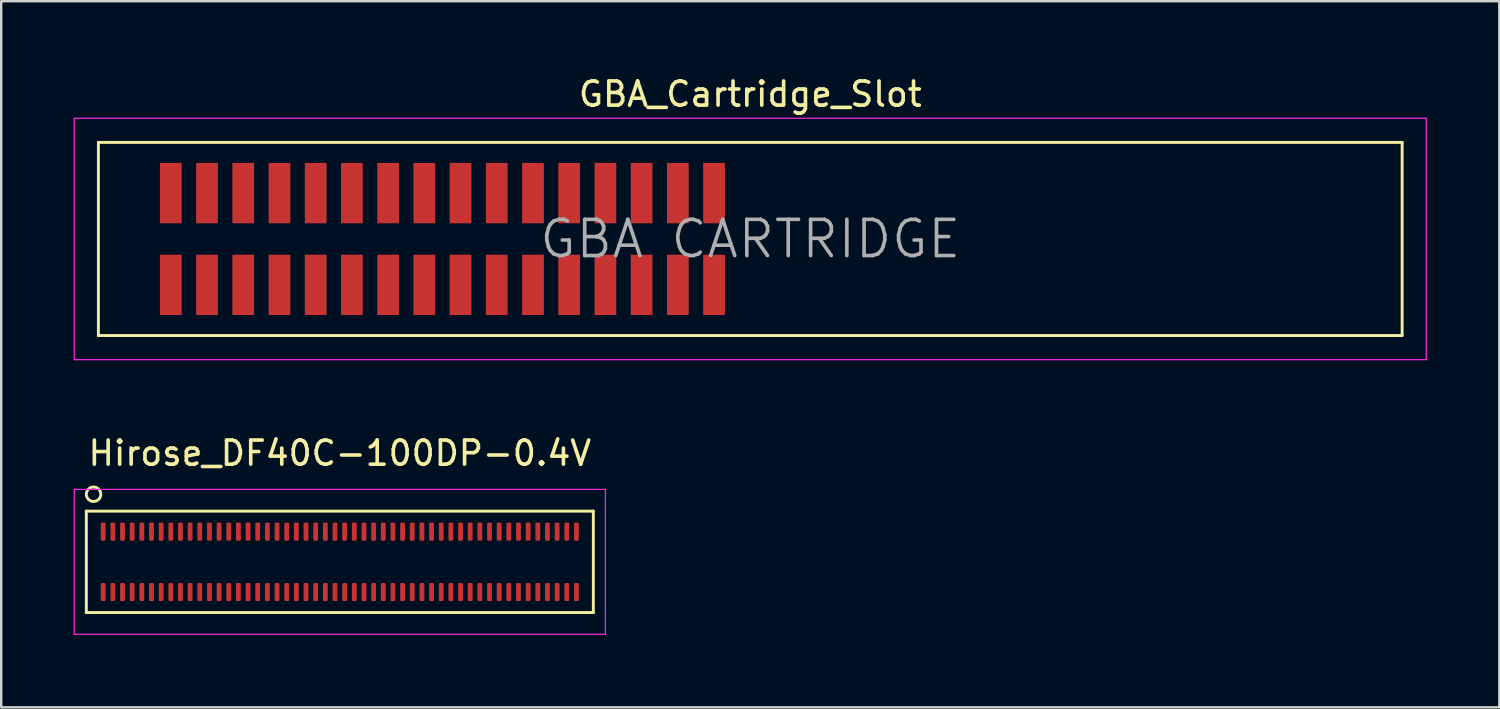
<source format=kicad_pcb>
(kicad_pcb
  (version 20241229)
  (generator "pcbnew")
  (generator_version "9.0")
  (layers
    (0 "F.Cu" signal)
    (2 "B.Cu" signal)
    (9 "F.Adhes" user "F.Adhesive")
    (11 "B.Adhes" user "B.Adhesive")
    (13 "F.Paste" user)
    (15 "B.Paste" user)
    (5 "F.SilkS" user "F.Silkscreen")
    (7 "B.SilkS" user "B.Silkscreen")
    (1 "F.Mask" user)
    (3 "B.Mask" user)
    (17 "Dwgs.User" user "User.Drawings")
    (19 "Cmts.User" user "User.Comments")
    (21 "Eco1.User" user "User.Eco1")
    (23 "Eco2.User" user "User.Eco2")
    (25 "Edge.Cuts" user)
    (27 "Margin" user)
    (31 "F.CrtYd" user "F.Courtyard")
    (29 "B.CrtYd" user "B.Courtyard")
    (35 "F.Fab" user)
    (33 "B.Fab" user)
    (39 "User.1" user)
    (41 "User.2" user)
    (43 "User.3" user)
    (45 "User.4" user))
  (footprint "Hirose_DF40C-100DP-0.4V"
    (layer "F.Cu")
    (at 11.025 20.221)
    (property "Reference" "Hirose_DF40C-100DP-0.4V" (at 0 -4.5 0) (layer "F.SilkS") (effects (font (size 1 1) (thickness 0.15))))
    (attr smd)
    (fp_line (start -10.5 -2.1) (end -10.5 2.1) (stroke (width 0.12) (type solid)) (layer "F.SilkS"))
    (fp_line (start -10.5 -2.1) (end 10.5 -2.1) (stroke (width 0.12) (type solid)) (layer "F.SilkS"))
    (fp_line (start -10.5 2.1) (end 10.5 2.1) (stroke (width 0.12) (type solid)) (layer "F.SilkS"))
    (fp_line (start 10.5 -2.1) (end 10.5 2.1) (stroke (width 0.12) (type solid)) (layer "F.SilkS"))
    (fp_circle (center -10.2 -2.8) (end -9.9 -2.8) (stroke (width 0.12) (type solid)) (fill no) (layer "F.SilkS"))
    (fp_line (start -11 -3) (end -11 3) (stroke (width 0.05) (type solid)) (layer "F.CrtYd"))
    (fp_line (start -11 -3) (end 11 -3) (stroke (width 0.05) (type solid)) (layer "F.CrtYd"))
    (fp_line (start -11 3) (end 11 3) (stroke (width 0.05) (type solid)) (layer "F.CrtYd"))
    (fp_line (start 11 -3) (end 11 3) (stroke (width 0.05) (type solid)) (layer "F.CrtYd"))
    (pad "1" smd roundrect (at -9.8 -1.25) (size 0.2 0.75) (layers "F.Cu" "F.Mask" "F.Paste") (roundrect_rratio 0.25))
    (pad "2" smd roundrect (at -9.8 1.25) (size 0.2 0.75) (layers "F.Cu" "F.Mask" "F.Paste") (roundrect_rratio 0.25))
    (pad "3" smd roundrect (at -9.4 -1.25) (size 0.2 0.75) (layers "F.Cu" "F.Mask" "F.Paste") (roundrect_rratio 0.25))
    (pad "4" smd roundrect (at -9.4 1.25) (size 0.2 0.75) (layers "F.Cu" "F.Mask" "F.Paste") (roundrect_rratio 0.25))
    (pad "5" smd roundrect (at -9 -1.25) (size 0.2 0.75) (layers "F.Cu" "F.Mask" "F.Paste") (roundrect_rratio 0.25))
    (pad "6" smd roundrect (at -9 1.25) (size 0.2 0.75) (layers "F.Cu" "F.Mask" "F.Paste") (roundrect_rratio 0.25))
    (pad "7" smd roundrect (at -8.6 -1.25) (size 0.2 0.75) (layers "F.Cu" "F.Mask" "F.Paste") (roundrect_rratio 0.25))
    (pad "8" smd roundrect (at -8.6 1.25) (size 0.2 0.75) (layers "F.Cu" "F.Mask" "F.Paste") (roundrect_rratio 0.25))
    (pad "9" smd roundrect (at -8.2 -1.25) (size 0.2 0.75) (layers "F.Cu" "F.Mask" "F.Paste") (roundrect_rratio 0.25))
    (pad "10" smd roundrect (at -8.2 1.25) (size 0.2 0.75) (layers "F.Cu" "F.Mask" "F.Paste") (roundrect_rratio 0.25))
    (pad "11" smd roundrect (at -7.8 -1.25) (size 0.2 0.75) (layers "F.Cu" "F.Mask" "F.Paste") (roundrect_rratio 0.25))
    (pad "12" smd roundrect (at -7.8 1.25) (size 0.2 0.75) (layers "F.Cu" "F.Mask" "F.Paste") (roundrect_rratio 0.25))
    (pad "13" smd roundrect (at -7.4 -1.25) (size 0.2 0.75) (layers "F.Cu" "F.Mask" "F.Paste") (roundrect_rratio 0.25))
    (pad "14" smd roundrect (at -7.4 1.25) (size 0.2 0.75) (layers "F.Cu" "F.Mask" "F.Paste") (roundrect_rratio 0.25))
    (pad "15" smd roundrect (at -7 -1.25) (size 0.2 0.75) (layers "F.Cu" "F.Mask" "F.Paste") (roundrect_rratio 0.25))
    (pad "16" smd roundrect (at -7 1.25) (size 0.2 0.75) (layers "F.Cu" "F.Mask" "F.Paste") (roundrect_rratio 0.25))
    (pad "17" smd roundrect (at -6.6 -1.25) (size 0.2 0.75) (layers "F.Cu" "F.Mask" "F.Paste") (roundrect_rratio 0.25))
    (pad "18" smd roundrect (at -6.6 1.25) (size 0.2 0.75) (layers "F.Cu" "F.Mask" "F.Paste") (roundrect_rratio 0.25))
    (pad "19" smd roundrect (at -6.2 -1.25) (size 0.2 0.75) (layers "F.Cu" "F.Mask" "F.Paste") (roundrect_rratio 0.25))
    (pad "20" smd roundrect (at -6.2 1.25) (size 0.2 0.75) (layers "F.Cu" "F.Mask" "F.Paste") (roundrect_rratio 0.25))
    (pad "21" smd roundrect (at -5.8 -1.25) (size 0.2 0.75) (layers "F.Cu" "F.Mask" "F.Paste") (roundrect_rratio 0.25))
    (pad "22" smd roundrect (at -5.8 1.25) (size 0.2 0.75) (layers "F.Cu" "F.Mask" "F.Paste") (roundrect_rratio 0.25))
    (pad "23" smd roundrect (at -5.4 -1.25) (size 0.2 0.75) (layers "F.Cu" "F.Mask" "F.Paste") (roundrect_rratio 0.25))
    (pad "24" smd roundrect (at -5.4 1.25) (size 0.2 0.75) (layers "F.Cu" "F.Mask" "F.Paste") (roundrect_rratio 0.25))
    (pad "25" smd roundrect (at -5 -1.25) (size 0.2 0.75) (layers "F.Cu" "F.Mask" "F.Paste") (roundrect_rratio 0.25))
    (pad "26" smd roundrect (at -5 1.25) (size 0.2 0.75) (layers "F.Cu" "F.Mask" "F.Paste") (roundrect_rratio 0.25))
    (pad "27" smd roundrect (at -4.6 -1.25) (size 0.2 0.75) (layers "F.Cu" "F.Mask" "F.Paste") (roundrect_rratio 0.25))
    (pad "28" smd roundrect (at -4.6 1.25) (size 0.2 0.75) (layers "F.Cu" "F.Mask" "F.Paste") (roundrect_rratio 0.25))
    (pad "29" smd roundrect (at -4.2 -1.25) (size 0.2 0.75) (layers "F.Cu" "F.Mask" "F.Paste") (roundrect_rratio 0.25))
    (pad "30" smd roundrect (at -4.2 1.25) (size 0.2 0.75) (layers "F.Cu" "F.Mask" "F.Paste") (roundrect_rratio 0.25))
    (pad "31" smd roundrect (at -3.8 -1.25) (size 0.2 0.75) (layers "F.Cu" "F.Mask" "F.Paste") (roundrect_rratio 0.25))
    (pad "32" smd roundrect (at -3.8 1.25) (size 0.2 0.75) (layers "F.Cu" "F.Mask" "F.Paste") (roundrect_rratio 0.25))
    (pad "33" smd roundrect (at -3.4 -1.25) (size 0.2 0.75) (layers "F.Cu" "F.Mask" "F.Paste") (roundrect_rratio 0.25))
    (pad "34" smd roundrect (at -3.4 1.25) (size 0.2 0.75) (layers "F.Cu" "F.Mask" "F.Paste") (roundrect_rratio 0.25))
    (pad "35" smd roundrect (at -3 -1.25) (size 0.2 0.75) (layers "F.Cu" "F.Mask" "F.Paste") (roundrect_rratio 0.25))
    (pad "36" smd roundrect (at -3 1.25) (size 0.2 0.75) (layers "F.Cu" "F.Mask" "F.Paste") (roundrect_rratio 0.25))
    (pad "37" smd roundrect (at -2.6 -1.25) (size 0.2 0.75) (layers "F.Cu" "F.Mask" "F.Paste") (roundrect_rratio 0.25))
    (pad "38" smd roundrect (at -2.6 1.25) (size 0.2 0.75) (layers "F.Cu" "F.Mask" "F.Paste") (roundrect_rratio 0.25))
    (pad "39" smd roundrect (at -2.2 -1.25) (size 0.2 0.75) (layers "F.Cu" "F.Mask" "F.Paste") (roundrect_rratio 0.25))
    (pad "40" smd roundrect (at -2.2 1.25) (size 0.2 0.75) (layers "F.Cu" "F.Mask" "F.Paste") (roundrect_rratio 0.25))
    (pad "41" smd roundrect (at -1.8 -1.25) (size 0.2 0.75) (layers "F.Cu" "F.Mask" "F.Paste") (roundrect_rratio 0.25))
    (pad "42" smd roundrect (at -1.8 1.25) (size 0.2 0.75) (layers "F.Cu" "F.Mask" "F.Paste") (roundrect_rratio 0.25))
    (pad "43" smd roundrect (at -1.4 -1.25) (size 0.2 0.75) (layers "F.Cu" "F.Mask" "F.Paste") (roundrect_rratio 0.25))
    (pad "44" smd roundrect (at -1.4 1.25) (size 0.2 0.75) (layers "F.Cu" "F.Mask" "F.Paste") (roundrect_rratio 0.25))
    (pad "45" smd roundrect (at -1 -1.25) (size 0.2 0.75) (layers "F.Cu" "F.Mask" "F.Paste") (roundrect_rratio 0.25))
    (pad "46" smd roundrect (at -1 1.25) (size 0.2 0.75) (layers "F.Cu" "F.Mask" "F.Paste") (roundrect_rratio 0.25))
    (pad "47" smd roundrect (at -0.6 -1.25) (size 0.2 0.75) (layers "F.Cu" "F.Mask" "F.Paste") (roundrect_rratio 0.25))
    (pad "48" smd roundrect (at -0.6 1.25) (size 0.2 0.75) (layers "F.Cu" "F.Mask" "F.Paste") (roundrect_rratio 0.25))
    (pad "49" smd roundrect (at -0.2 -1.25) (size 0.2 0.75) (layers "F.Cu" "F.Mask" "F.Paste") (roundrect_rratio 0.25))
    (pad "50" smd roundrect (at -0.2 1.25) (size 0.2 0.75) (layers "F.Cu" "F.Mask" "F.Paste") (roundrect_rratio 0.25))
    (pad "51" smd roundrect (at 0.2 -1.25) (size 0.2 0.75) (layers "F.Cu" "F.Mask" "F.Paste") (roundrect_rratio 0.25))
    (pad "52" smd roundrect (at 0.2 1.25) (size 0.2 0.75) (layers "F.Cu" "F.Mask" "F.Paste") (roundrect_rratio 0.25))
    (pad "53" smd roundrect (at 0.6 -1.25) (size 0.2 0.75) (layers "F.Cu" "F.Mask" "F.Paste") (roundrect_rratio 0.25))
    (pad "54" smd roundrect (at 0.6 1.25) (size 0.2 0.75) (layers "F.Cu" "F.Mask" "F.Paste") (roundrect_rratio 0.25))
    (pad "55" smd roundrect (at 1 -1.25) (size 0.2 0.75) (layers "F.Cu" "F.Mask" "F.Paste") (roundrect_rratio 0.25))
    (pad "56" smd roundrect (at 1 1.25) (size 0.2 0.75) (layers "F.Cu" "F.Mask" "F.Paste") (roundrect_rratio 0.25))
    (pad "57" smd roundrect (at 1.4 -1.25) (size 0.2 0.75) (layers "F.Cu" "F.Mask" "F.Paste") (roundrect_rratio 0.25))
    (pad "58" smd roundrect (at 1.4 1.25) (size 0.2 0.75) (layers "F.Cu" "F.Mask" "F.Paste") (roundrect_rratio 0.25))
    (pad "59" smd roundrect (at 1.8 -1.25) (size 0.2 0.75) (layers "F.Cu" "F.Mask" "F.Paste") (roundrect_rratio 0.25))
    (pad "60" smd roundrect (at 1.8 1.25) (size 0.2 0.75) (layers "F.Cu" "F.Mask" "F.Paste") (roundrect_rratio 0.25))
    (pad "61" smd roundrect (at 2.2 -1.25) (size 0.2 0.75) (layers "F.Cu" "F.Mask" "F.Paste") (roundrect_rratio 0.25))
    (pad "62" smd roundrect (at 2.2 1.25) (size 0.2 0.75) (layers "F.Cu" "F.Mask" "F.Paste") (roundrect_rratio 0.25))
    (pad "63" smd roundrect (at 2.6 -1.25) (size 0.2 0.75) (layers "F.Cu" "F.Mask" "F.Paste") (roundrect_rratio 0.25))
    (pad "64" smd roundrect (at 2.6 1.25) (size 0.2 0.75) (layers "F.Cu" "F.Mask" "F.Paste") (roundrect_rratio 0.25))
    (pad "65" smd roundrect (at 3 -1.25) (size 0.2 0.75) (layers "F.Cu" "F.Mask" "F.Paste") (roundrect_rratio 0.25))
    (pad "66" smd roundrect (at 3 1.25) (size 0.2 0.75) (layers "F.Cu" "F.Mask" "F.Paste") (roundrect_rratio 0.25))
    (pad "67" smd roundrect (at 3.4 -1.25) (size 0.2 0.75) (layers "F.Cu" "F.Mask" "F.Paste") (roundrect_rratio 0.25))
    (pad "68" smd roundrect (at 3.4 1.25) (size 0.2 0.75) (layers "F.Cu" "F.Mask" "F.Paste") (roundrect_rratio 0.25))
    (pad "69" smd roundrect (at 3.8 -1.25) (size 0.2 0.75) (layers "F.Cu" "F.Mask" "F.Paste") (roundrect_rratio 0.25))
    (pad "70" smd roundrect (at 3.8 1.25) (size 0.2 0.75) (layers "F.Cu" "F.Mask" "F.Paste") (roundrect_rratio 0.25))
    (pad "71" smd roundrect (at 4.2 -1.25) (size 0.2 0.75) (layers "F.Cu" "F.Mask" "F.Paste") (roundrect_rratio 0.25))
    (pad "72" smd roundrect (at 4.2 1.25) (size 0.2 0.75) (layers "F.Cu" "F.Mask" "F.Paste") (roundrect_rratio 0.25))
    (pad "73" smd roundrect (at 4.6 -1.25) (size 0.2 0.75) (layers "F.Cu" "F.Mask" "F.Paste") (roundrect_rratio 0.25))
    (pad "74" smd roundrect (at 4.6 1.25) (size 0.2 0.75) (layers "F.Cu" "F.Mask" "F.Paste") (roundrect_rratio 0.25))
    (pad "75" smd roundrect (at 5 -1.25) (size 0.2 0.75) (layers "F.Cu" "F.Mask" "F.Paste") (roundrect_rratio 0.25))
    (pad "76" smd roundrect (at 5 1.25) (size 0.2 0.75) (layers "F.Cu" "F.Mask" "F.Paste") (roundrect_rratio 0.25))
    (pad "77" smd roundrect (at 5.4 -1.25) (size 0.2 0.75) (layers "F.Cu" "F.Mask" "F.Paste") (roundrect_rratio 0.25))
    (pad "78" smd roundrect (at 5.4 1.25) (size 0.2 0.75) (layers "F.Cu" "F.Mask" "F.Paste") (roundrect_rratio 0.25))
    (pad "79" smd roundrect (at 5.8 -1.25) (size 0.2 0.75) (layers "F.Cu" "F.Mask" "F.Paste") (roundrect_rratio 0.25))
    (pad "80" smd roundrect (at 5.8 1.25) (size 0.2 0.75) (layers "F.Cu" "F.Mask" "F.Paste") (roundrect_rratio 0.25))
    (pad "81" smd roundrect (at 6.2 -1.25) (size 0.2 0.75) (layers "F.Cu" "F.Mask" "F.Paste") (roundrect_rratio 0.25))
    (pad "82" smd roundrect (at 6.2 1.25) (size 0.2 0.75) (layers "F.Cu" "F.Mask" "F.Paste") (roundrect_rratio 0.25))
    (pad "83" smd roundrect (at 6.6 -1.25) (size 0.2 0.75) (layers "F.Cu" "F.Mask" "F.Paste") (roundrect_rratio 0.25))
    (pad "84" smd roundrect (at 6.6 1.25) (size 0.2 0.75) (layers "F.Cu" "F.Mask" "F.Paste") (roundrect_rratio 0.25))
    (pad "85" smd roundrect (at 7 -1.25) (size 0.2 0.75) (layers "F.Cu" "F.Mask" "F.Paste") (roundrect_rratio 0.25))
    (pad "86" smd roundrect (at 7 1.25) (size 0.2 0.75) (layers "F.Cu" "F.Mask" "F.Paste") (roundrect_rratio 0.25))
    (pad "87" smd roundrect (at 7.4 -1.25) (size 0.2 0.75) (layers "F.Cu" "F.Mask" "F.Paste") (roundrect_rratio 0.25))
    (pad "88" smd roundrect (at 7.4 1.25) (size 0.2 0.75) (layers "F.Cu" "F.Mask" "F.Paste") (roundrect_rratio 0.25))
    (pad "89" smd roundrect (at 7.8 -1.25) (size 0.2 0.75) (layers "F.Cu" "F.Mask" "F.Paste") (roundrect_rratio 0.25))
    (pad "90" smd roundrect (at 7.8 1.25) (size 0.2 0.75) (layers "F.Cu" "F.Mask" "F.Paste") (roundrect_rratio 0.25))
    (pad "91" smd roundrect (at 8.2 -1.25) (size 0.2 0.75) (layers "F.Cu" "F.Mask" "F.Paste") (roundrect_rratio 0.25))
    (pad "92" smd roundrect (at 8.2 1.25) (size 0.2 0.75) (layers "F.Cu" "F.Mask" "F.Paste") (roundrect_rratio 0.25))
    (pad "93" smd roundrect (at 8.6 -1.25) (size 0.2 0.75) (layers "F.Cu" "F.Mask" "F.Paste") (roundrect_rratio 0.25))
    (pad "94" smd roundrect (at 8.6 1.25) (size 0.2 0.75) (layers "F.Cu" "F.Mask" "F.Paste") (roundrect_rratio 0.25))
    (pad "95" smd roundrect (at 9 -1.25) (size 0.2 0.75) (layers "F.Cu" "F.Mask" "F.Paste") (roundrect_rratio 0.25))
    (pad "96" smd roundrect (at 9 1.25) (size 0.2 0.75) (layers "F.Cu" "F.Mask" "F.Paste") (roundrect_rratio 0.25))
    (pad "97" smd roundrect (at 9.4 -1.25) (size 0.2 0.75) (layers "F.Cu" "F.Mask" "F.Paste") (roundrect_rratio 0.25))
    (pad "98" smd roundrect (at 9.4 1.25) (size 0.2 0.75) (layers "F.Cu" "F.Mask" "F.Paste") (roundrect_rratio 0.25))
    (pad "99" smd roundrect (at 9.8 -1.25) (size 0.2 0.75) (layers "F.Cu" "F.Mask" "F.Paste") (roundrect_rratio 0.25))
    (pad "100" smd roundrect (at 9.8 1.25) (size 0.2 0.75) (layers "F.Cu" "F.Mask" "F.Paste") (roundrect_rratio 0.25)))
  (footprint "GBA_Cartridge_Slot"
    (layer "F.Cu")
    (at 28.025 6.848)
    (property "Reference" "GBA_Cartridge_Slot" (at 0 -6 0) (layer "F.SilkS") (effects (font (size 1 1) (thickness 0.15))))
    (attr through_hole)
    (fp_line (start -27 -4) (end -27 4) (stroke (width 0.12) (type solid)) (layer "F.SilkS"))
    (fp_line (start -27 -4) (end 27 -4) (stroke (width 0.12) (type solid)) (layer "F.SilkS"))
    (fp_line (start -27 4) (end 27 4) (stroke (width 0.12) (type solid)) (layer "F.SilkS"))
    (fp_line (start 27 -4) (end 27 4) (stroke (width 0.12) (type solid)) (layer "F.SilkS"))
    (fp_line (start -28 -5) (end -28 5) (stroke (width 0.05) (type solid)) (layer "F.CrtYd"))
    (fp_line (start -28 -5) (end 28 -5) (stroke (width 0.05) (type solid)) (layer "F.CrtYd"))
    (fp_line (start -28 5) (end 28 5) (stroke (width 0.05) (type solid)) (layer "F.CrtYd"))
    (fp_line (start 28 -5) (end 28 5) (stroke (width 0.05) (type solid)) (layer "F.CrtYd"))
    (fp_text user "GBA CARTRIDGE" (at 0 0 0) (layer "F.Fab") (effects (font (size 1.5 1.5) (thickness 0.15))))
    (pad "1" smd rect (at -24 -1.9) (size 0.9 2.5) (layers "F.Cu" "F.Mask" "F.Paste"))
    (pad "2" smd rect (at -24 1.9) (size 0.9 2.5) (layers "F.Cu" "F.Mask" "F.Paste"))
    (pad "3" smd rect (at -22.5 -1.9) (size 0.9 2.5) (layers "F.Cu" "F.Mask" "F.Paste"))
    (pad "4" smd rect (at -22.5 1.9) (size 0.9 2.5) (layers "F.Cu" "F.Mask" "F.Paste"))
    (pad "5" smd rect (at -21 -1.9) (size 0.9 2.5) (layers "F.Cu" "F.Mask" "F.Paste"))
    (pad "6" smd rect (at -21 1.9) (size 0.9 2.5) (layers "F.Cu" "F.Mask" "F.Paste"))
    (pad "7" smd rect (at -19.5 -1.9) (size 0.9 2.5) (layers "F.Cu" "F.Mask" "F.Paste"))
    (pad "8" smd rect (at -19.5 1.9) (size 0.9 2.5) (layers "F.Cu" "F.Mask" "F.Paste"))
    (pad "9" smd rect (at -18 -1.9) (size 0.9 2.5) (layers "F.Cu" "F.Mask" "F.Paste"))
    (pad "10" smd rect (at -18 1.9) (size 0.9 2.5) (layers "F.Cu" "F.Mask" "F.Paste"))
    (pad "11" smd rect (at -16.5 -1.9) (size 0.9 2.5) (layers "F.Cu" "F.Mask" "F.Paste"))
    (pad "12" smd rect (at -16.5 1.9) (size 0.9 2.5) (layers "F.Cu" "F.Mask" "F.Paste"))
    (pad "13" smd rect (at -15 -1.9) (size 0.9 2.5) (layers "F.Cu" "F.Mask" "F.Paste"))
    (pad "14" smd rect (at -15 1.9) (size 0.9 2.5) (layers "F.Cu" "F.Mask" "F.Paste"))
    (pad "15" smd rect (at -13.5 -1.9) (size 0.9 2.5) (layers "F.Cu" "F.Mask" "F.Paste"))
    (pad "16" smd rect (at -13.5 1.9) (size 0.9 2.5) (layers "F.Cu" "F.Mask" "F.Paste"))
    (pad "17" smd rect (at -12 -1.9) (size 0.9 2.5) (layers "F.Cu" "F.Mask" "F.Paste"))
    (pad "18" smd rect (at -12 1.9) (size 0.9 2.5) (layers "F.Cu" "F.Mask" "F.Paste"))
    (pad "19" smd rect (at -10.5 -1.9) (size 0.9 2.5) (layers "F.Cu" "F.Mask" "F.Paste"))
    (pad "20" smd rect (at -10.5 1.9) (size 0.9 2.5) (layers "F.Cu" "F.Mask" "F.Paste"))
    (pad "21" smd rect (at -9 -1.9) (size 0.9 2.5) (layers "F.Cu" "F.Mask" "F.Paste"))
    (pad "22" smd rect (at -9 1.9) (size 0.9 2.5) (layers "F.Cu" "F.Mask" "F.Paste"))
    (pad "23" smd rect (at -7.5 -1.9) (size 0.9 2.5) (layers "F.Cu" "F.Mask" "F.Paste"))
    (pad "24" smd rect (at -7.5 1.9) (size 0.9 2.5) (layers "F.Cu" "F.Mask" "F.Paste"))
    (pad "25" smd rect (at -6 -1.9) (size 0.9 2.5) (layers "F.Cu" "F.Mask" "F.Paste"))
    (pad "26" smd rect (at -6 1.9) (size 0.9 2.5) (layers "F.Cu" "F.Mask" "F.Paste"))
    (pad "27" smd rect (at -4.5 -1.9) (size 0.9 2.5) (layers "F.Cu" "F.Mask" "F.Paste"))
    (pad "28" smd rect (at -4.5 1.9) (size 0.9 2.5) (layers "F.Cu" "F.Mask" "F.Paste"))
    (pad "29" smd rect (at -3 -1.9) (size 0.9 2.5) (layers "F.Cu" "F.Mask" "F.Paste"))
    (pad "30" smd rect (at -3 1.9) (size 0.9 2.5) (layers "F.Cu" "F.Mask" "F.Paste"))
    (pad "31" smd rect (at -1.5 -1.9) (size 0.9 2.5) (layers "F.Cu" "F.Mask" "F.Paste"))
    (pad "32" smd rect (at -1.5 1.9) (size 0.9 2.5) (layers "F.Cu" "F.Mask" "F.Paste")))
  (gr_rect
    (start -3 -3)
    (end 59.05 26.247)
    (stroke (width 0.1) (type default))
    (fill no)
    (layer "Edge.Cuts")))
</source>
